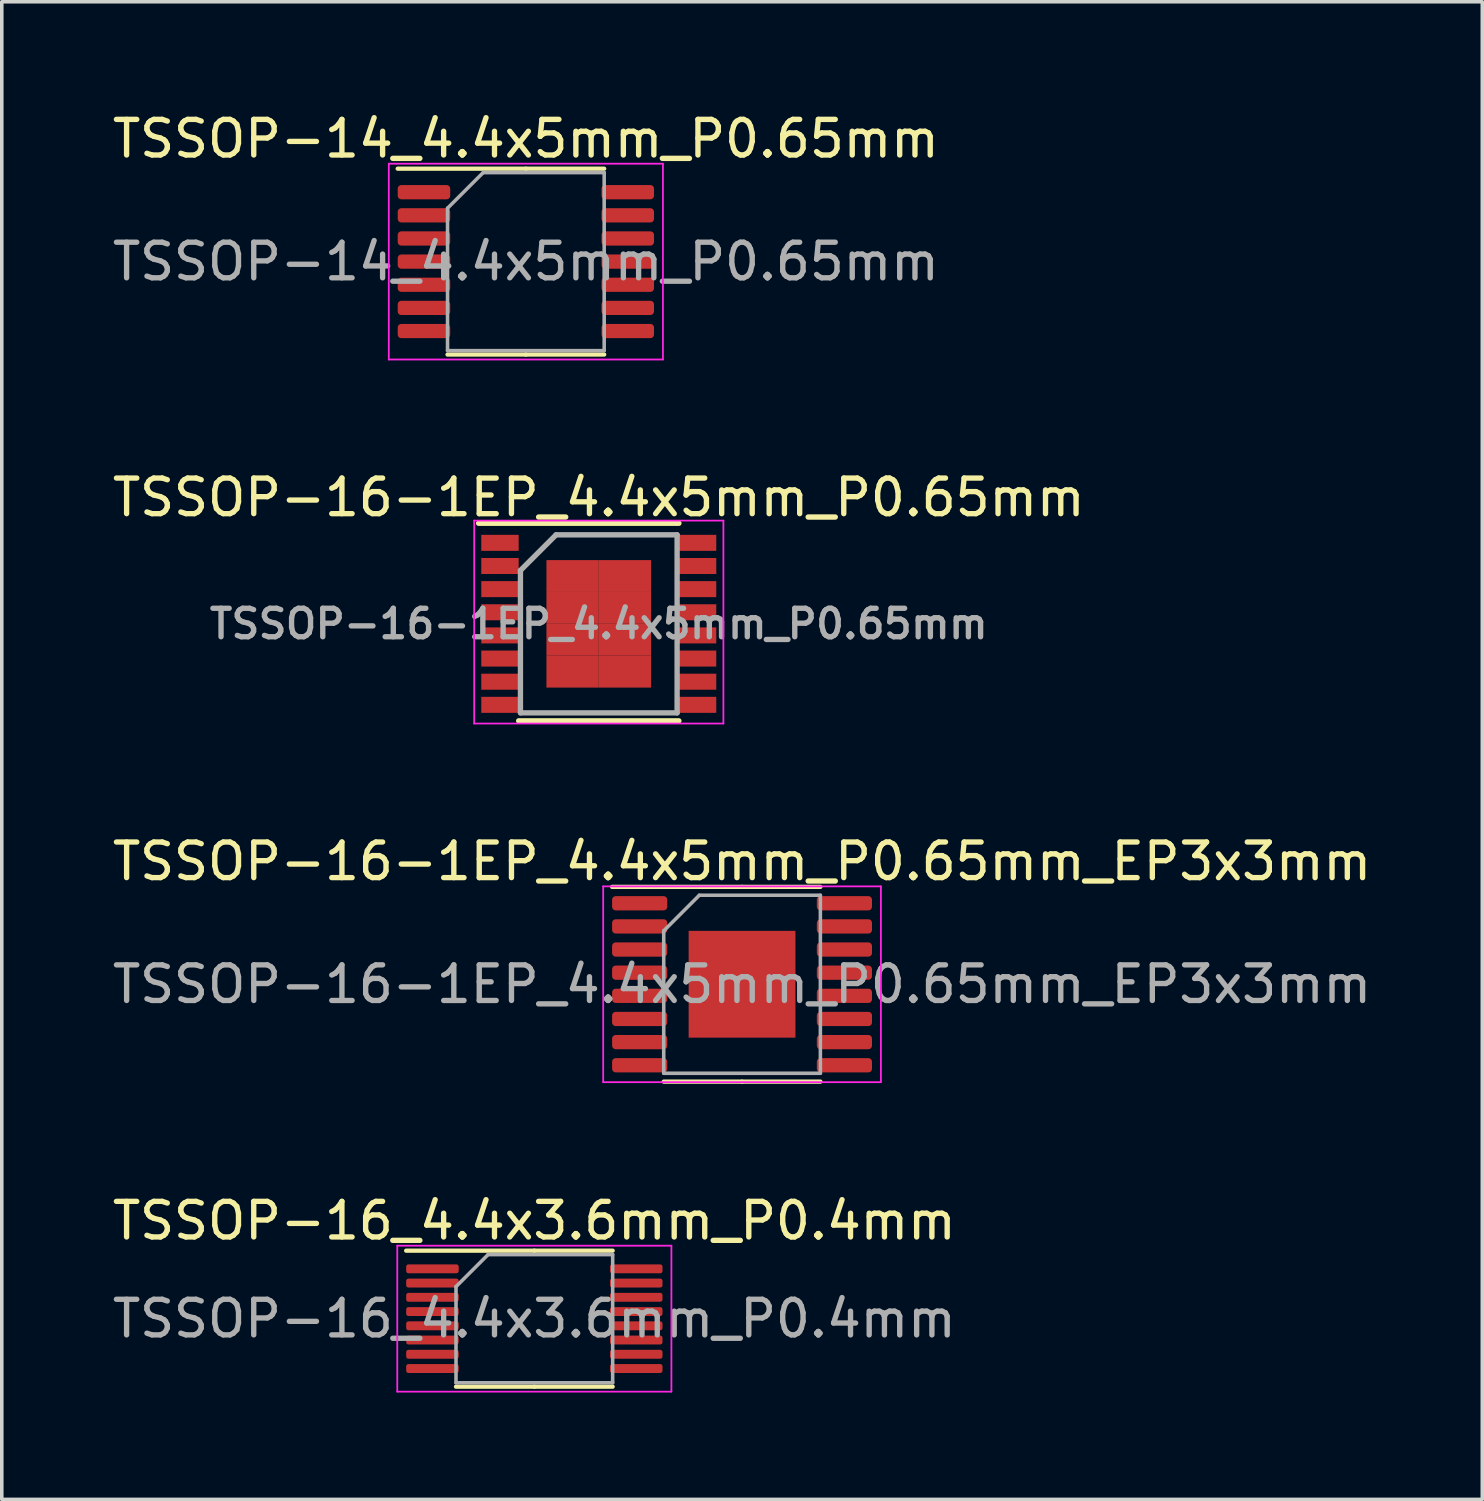
<source format=kicad_pcb>
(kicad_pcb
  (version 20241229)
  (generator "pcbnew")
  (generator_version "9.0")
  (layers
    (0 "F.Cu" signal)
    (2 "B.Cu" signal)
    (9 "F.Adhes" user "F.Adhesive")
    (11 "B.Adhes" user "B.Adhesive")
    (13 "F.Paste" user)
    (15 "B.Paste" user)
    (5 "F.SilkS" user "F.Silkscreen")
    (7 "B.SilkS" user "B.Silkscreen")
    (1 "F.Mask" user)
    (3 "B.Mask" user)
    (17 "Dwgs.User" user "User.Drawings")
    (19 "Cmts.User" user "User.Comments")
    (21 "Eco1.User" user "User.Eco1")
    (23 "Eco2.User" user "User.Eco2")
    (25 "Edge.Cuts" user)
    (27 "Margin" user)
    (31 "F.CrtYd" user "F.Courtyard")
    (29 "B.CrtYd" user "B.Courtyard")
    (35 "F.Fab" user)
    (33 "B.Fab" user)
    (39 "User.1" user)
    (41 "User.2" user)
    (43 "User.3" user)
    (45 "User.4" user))
  (footprint "TSSOP-14_4.4x5mm_P0.65mm"
    (layer "F.Cu")
    (at 11.72 4.298)
    (property "Reference" "TSSOP-14_4.4x5mm_P0.65mm" (at 0 -3.45 0) (layer "F.SilkS") (effects (font (size 1 1) (thickness 0.15))))
    (attr smd)
    (fp_line (start 0 -2.61) (end -3.6 -2.61) (stroke (width 0.12) (type solid)) (layer "F.SilkS"))
    (fp_line (start 0 -2.61) (end 2.2 -2.61) (stroke (width 0.12) (type solid)) (layer "F.SilkS"))
    (fp_line (start 0 2.61) (end -2.2 2.61) (stroke (width 0.12) (type solid)) (layer "F.SilkS"))
    (fp_line (start 0 2.61) (end 2.2 2.61) (stroke (width 0.12) (type solid)) (layer "F.SilkS"))
    (fp_line (start -3.85 -2.75) (end -3.85 2.75) (stroke (width 0.05) (type solid)) (layer "F.CrtYd"))
    (fp_line (start -3.85 2.75) (end 3.85 2.75) (stroke (width 0.05) (type solid)) (layer "F.CrtYd"))
    (fp_line (start 3.85 -2.75) (end -3.85 -2.75) (stroke (width 0.05) (type solid)) (layer "F.CrtYd"))
    (fp_line (start 3.85 2.75) (end 3.85 -2.75) (stroke (width 0.05) (type solid)) (layer "F.CrtYd"))
    (fp_line (start -2.2 -1.5) (end -1.2 -2.5) (stroke (width 0.1) (type solid)) (layer "F.Fab"))
    (fp_line (start -2.2 2.5) (end -2.2 -1.5) (stroke (width 0.1) (type solid)) (layer "F.Fab"))
    (fp_line (start -1.2 -2.5) (end 2.2 -2.5) (stroke (width 0.1) (type solid)) (layer "F.Fab"))
    (fp_line (start 2.2 -2.5) (end 2.2 2.5) (stroke (width 0.1) (type solid)) (layer "F.Fab"))
    (fp_line (start 2.2 2.5) (end -2.2 2.5) (stroke (width 0.1) (type solid)) (layer "F.Fab"))
    (fp_text user "${REFERENCE}" (at 0 0 0) (layer "F.Fab") (effects (font (size 1 1) (thickness 0.15))))
    (pad "1" smd roundrect (at -2.862 -1.95) (size 1.475 0.4) (layers "F.Cu" "F.Mask" "F.Paste") (roundrect_rratio 0.25))
    (pad "2" smd roundrect (at -2.862 -1.3) (size 1.475 0.4) (layers "F.Cu" "F.Mask" "F.Paste") (roundrect_rratio 0.25))
    (pad "3" smd roundrect (at -2.862 -0.65) (size 1.475 0.4) (layers "F.Cu" "F.Mask" "F.Paste") (roundrect_rratio 0.25))
    (pad "4" smd roundrect (at -2.862 0) (size 1.475 0.4) (layers "F.Cu" "F.Mask" "F.Paste") (roundrect_rratio 0.25))
    (pad "5" smd roundrect (at -2.862 0.65) (size 1.475 0.4) (layers "F.Cu" "F.Mask" "F.Paste") (roundrect_rratio 0.25))
    (pad "6" smd roundrect (at -2.862 1.3) (size 1.475 0.4) (layers "F.Cu" "F.Mask" "F.Paste") (roundrect_rratio 0.25))
    (pad "7" smd roundrect (at -2.862 1.95) (size 1.475 0.4) (layers "F.Cu" "F.Mask" "F.Paste") (roundrect_rratio 0.25))
    (pad "8" smd roundrect (at 2.862 1.95) (size 1.475 0.4) (layers "F.Cu" "F.Mask" "F.Paste") (roundrect_rratio 0.25))
    (pad "9" smd roundrect (at 2.862 1.3) (size 1.475 0.4) (layers "F.Cu" "F.Mask" "F.Paste") (roundrect_rratio 0.25))
    (pad "10" smd roundrect (at 2.862 0.65) (size 1.475 0.4) (layers "F.Cu" "F.Mask" "F.Paste") (roundrect_rratio 0.25))
    (pad "11" smd roundrect (at 2.862 0) (size 1.475 0.4) (layers "F.Cu" "F.Mask" "F.Paste") (roundrect_rratio 0.25))
    (pad "12" smd roundrect (at 2.862 -0.65) (size 1.475 0.4) (layers "F.Cu" "F.Mask" "F.Paste") (roundrect_rratio 0.25))
    (pad "13" smd roundrect (at 2.862 -1.3) (size 1.475 0.4) (layers "F.Cu" "F.Mask" "F.Paste") (roundrect_rratio 0.25))
    (pad "14" smd roundrect (at 2.862 -1.95) (size 1.475 0.4) (layers "F.Cu" "F.Mask" "F.Paste") (roundrect_rratio 0.25)))
  (footprint "TSSOP-16-1EP_4.4x5mm_P0.65mm"
    (layer "F.Cu")
    (at 13.768 14.472)
    (property "Reference" "TSSOP-16-1EP_4.4x5mm_P0.65mm" (at 0 -3.55 0) (layer "F.SilkS") (effects (font (size 1 1) (thickness 0.15))))
    (attr smd)
    (fp_line (start -3.375 -2.825) (end 2.25 -2.825) (stroke (width 0.15) (type solid)) (layer "F.SilkS"))
    (fp_line (start -2.25 2.725) (end 2.25 2.725) (stroke (width 0.15) (type solid)) (layer "F.SilkS"))
    (fp_line (start -3.5 -2.9) (end -3.5 2.8) (stroke (width 0.05) (type solid)) (layer "F.CrtYd"))
    (fp_line (start -3.5 -2.9) (end 3.5 -2.9) (stroke (width 0.05) (type solid)) (layer "F.CrtYd"))
    (fp_line (start -3.5 2.8) (end 3.5 2.8) (stroke (width 0.05) (type solid)) (layer "F.CrtYd"))
    (fp_line (start 3.5 -2.9) (end 3.5 2.8) (stroke (width 0.05) (type solid)) (layer "F.CrtYd"))
    (fp_line (start -2.2 -1.5) (end -1.2 -2.5) (stroke (width 0.15) (type solid)) (layer "F.Fab"))
    (fp_line (start -2.2 2.5) (end -2.2 -1.5) (stroke (width 0.15) (type solid)) (layer "F.Fab"))
    (fp_line (start -1.2 -2.5) (end 2.2 -2.5) (stroke (width 0.15) (type solid)) (layer "F.Fab"))
    (fp_line (start 2.2 -2.5) (end 2.2 2.5) (stroke (width 0.15) (type solid)) (layer "F.Fab"))
    (fp_line (start 2.2 2.5) (end -2.2 2.5) (stroke (width 0.15) (type solid)) (layer "F.Fab"))
    (fp_text user "${REFERENCE}" (at 0 0 0) (layer "F.Fab") (effects (font (size 0.8 0.8) (thickness 0.15))))
    (pad "1" smd rect (at -2.775 -2.275) (size 1.05 0.45) (layers "F.Cu" "F.Mask" "F.Paste"))
    (pad "2" smd rect (at -2.775 -1.625) (size 1.05 0.45) (layers "F.Cu" "F.Mask" "F.Paste"))
    (pad "3" smd rect (at -2.775 -0.975) (size 1.05 0.45) (layers "F.Cu" "F.Mask" "F.Paste"))
    (pad "4" smd rect (at -2.775 -0.325) (size 1.05 0.45) (layers "F.Cu" "F.Mask" "F.Paste"))
    (pad "5" smd rect (at -2.775 0.325) (size 1.05 0.45) (layers "F.Cu" "F.Mask" "F.Paste"))
    (pad "6" smd rect (at -2.775 0.975) (size 1.05 0.45) (layers "F.Cu" "F.Mask" "F.Paste"))
    (pad "7" smd rect (at -2.775 1.625) (size 1.05 0.45) (layers "F.Cu" "F.Mask" "F.Paste"))
    (pad "8" smd rect (at -2.775 2.275) (size 1.05 0.45) (layers "F.Cu" "F.Mask" "F.Paste"))
    (pad "9" smd rect (at 2.775 2.275) (size 1.05 0.45) (layers "F.Cu" "F.Mask" "F.Paste"))
    (pad "10" smd rect (at 2.775 1.625) (size 1.05 0.45) (layers "F.Cu" "F.Mask" "F.Paste"))
    (pad "11" smd rect (at 2.775 0.975) (size 1.05 0.45) (layers "F.Cu" "F.Mask" "F.Paste"))
    (pad "12" smd rect (at 2.775 0.325) (size 1.05 0.45) (layers "F.Cu" "F.Mask" "F.Paste"))
    (pad "13" smd rect (at 2.775 -0.325) (size 1.05 0.45) (layers "F.Cu" "F.Mask" "F.Paste"))
    (pad "14" smd rect (at 2.775 -0.975) (size 1.05 0.45) (layers "F.Cu" "F.Mask" "F.Paste"))
    (pad "15" smd rect (at 2.775 -1.625) (size 1.05 0.45) (layers "F.Cu" "F.Mask" "F.Paste"))
    (pad "16" smd rect (at 2.775 -2.275) (size 1.05 0.45) (layers "F.Cu" "F.Mask" "F.Paste"))
    (pad "17" smd rect (at -0.735 -1.343) (size 1.47 0.895) (layers "F.Cu" "F.Mask" "F.Paste"))
    (pad "17" smd rect (at -0.735 -0.448) (size 1.47 0.895) (layers "F.Cu" "F.Mask" "F.Paste"))
    (pad "17" smd rect (at -0.735 0.448) (size 1.47 0.895) (layers "F.Cu" "F.Mask" "F.Paste"))
    (pad "17" smd rect (at -0.735 1.343) (size 1.47 0.895) (layers "F.Cu" "F.Mask" "F.Paste"))
    (pad "17" smd rect (at 0.735 -1.343) (size 1.47 0.895) (layers "F.Cu" "F.Mask" "F.Paste"))
    (pad "17" smd rect (at 0.735 -0.448) (size 1.47 0.895) (layers "F.Cu" "F.Mask" "F.Paste"))
    (pad "17" smd rect (at 0.735 0.448) (size 1.47 0.895) (layers "F.Cu" "F.Mask" "F.Paste"))
    (pad "17" smd rect (at 0.735 1.343) (size 1.47 0.895) (layers "F.Cu" "F.Mask" "F.Paste")))
  (footprint "TSSOP-16_4.4x3.6mm_P0.4mm"
    (layer "F.Cu")
    (at 11.958 33.988)
    (property "Reference" "TSSOP-16_4.4x3.6mm_P0.4mm" (at 0 -2.75 0) (layer "F.SilkS") (effects (font (size 1 1) (thickness 0.15))))
    (attr smd)
    (fp_line (start 0 -1.91) (end -3.6 -1.91) (stroke (width 0.12) (type solid)) (layer "F.SilkS"))
    (fp_line (start 0 -1.91) (end 2.2 -1.91) (stroke (width 0.12) (type solid)) (layer "F.SilkS"))
    (fp_line (start 0 1.91) (end -2.2 1.91) (stroke (width 0.12) (type solid)) (layer "F.SilkS"))
    (fp_line (start 0 1.91) (end 2.2 1.91) (stroke (width 0.12) (type solid)) (layer "F.SilkS"))
    (fp_line (start -3.85 -2.05) (end -3.85 2.05) (stroke (width 0.05) (type solid)) (layer "F.CrtYd"))
    (fp_line (start -3.85 2.05) (end 3.85 2.05) (stroke (width 0.05) (type solid)) (layer "F.CrtYd"))
    (fp_line (start 3.85 -2.05) (end -3.85 -2.05) (stroke (width 0.05) (type solid)) (layer "F.CrtYd"))
    (fp_line (start 3.85 2.05) (end 3.85 -2.05) (stroke (width 0.05) (type solid)) (layer "F.CrtYd"))
    (fp_line (start -2.2 -0.9) (end -1.3 -1.8) (stroke (width 0.1) (type solid)) (layer "F.Fab"))
    (fp_line (start -2.2 1.8) (end -2.2 -0.9) (stroke (width 0.1) (type solid)) (layer "F.Fab"))
    (fp_line (start -1.3 -1.8) (end 2.2 -1.8) (stroke (width 0.1) (type solid)) (layer "F.Fab"))
    (fp_line (start 2.2 -1.8) (end 2.2 1.8) (stroke (width 0.1) (type solid)) (layer "F.Fab"))
    (fp_line (start 2.2 1.8) (end -2.2 1.8) (stroke (width 0.1) (type solid)) (layer "F.Fab"))
    (fp_text user "${REFERENCE}" (at 0 0 0) (layer "F.Fab") (effects (font (size 1 1) (thickness 0.15))))
    (pad "1" smd roundrect (at -2.862 -1.4) (size 1.475 0.25) (layers "F.Cu" "F.Mask" "F.Paste") (roundrect_rratio 0.25))
    (pad "2" smd roundrect (at -2.862 -1) (size 1.475 0.25) (layers "F.Cu" "F.Mask" "F.Paste") (roundrect_rratio 0.25))
    (pad "3" smd roundrect (at -2.862 -0.6) (size 1.475 0.25) (layers "F.Cu" "F.Mask" "F.Paste") (roundrect_rratio 0.25))
    (pad "4" smd roundrect (at -2.862 -0.2) (size 1.475 0.25) (layers "F.Cu" "F.Mask" "F.Paste") (roundrect_rratio 0.25))
    (pad "5" smd roundrect (at -2.862 0.2) (size 1.475 0.25) (layers "F.Cu" "F.Mask" "F.Paste") (roundrect_rratio 0.25))
    (pad "6" smd roundrect (at -2.862 0.6) (size 1.475 0.25) (layers "F.Cu" "F.Mask" "F.Paste") (roundrect_rratio 0.25))
    (pad "7" smd roundrect (at -2.862 1) (size 1.475 0.25) (layers "F.Cu" "F.Mask" "F.Paste") (roundrect_rratio 0.25))
    (pad "8" smd roundrect (at -2.862 1.4) (size 1.475 0.25) (layers "F.Cu" "F.Mask" "F.Paste") (roundrect_rratio 0.25))
    (pad "9" smd roundrect (at 2.862 1.4) (size 1.475 0.25) (layers "F.Cu" "F.Mask" "F.Paste") (roundrect_rratio 0.25))
    (pad "10" smd roundrect (at 2.862 1) (size 1.475 0.25) (layers "F.Cu" "F.Mask" "F.Paste") (roundrect_rratio 0.25))
    (pad "11" smd roundrect (at 2.862 0.6) (size 1.475 0.25) (layers "F.Cu" "F.Mask" "F.Paste") (roundrect_rratio 0.25))
    (pad "12" smd roundrect (at 2.862 0.2) (size 1.475 0.25) (layers "F.Cu" "F.Mask" "F.Paste") (roundrect_rratio 0.25))
    (pad "13" smd roundrect (at 2.862 -0.2) (size 1.475 0.25) (layers "F.Cu" "F.Mask" "F.Paste") (roundrect_rratio 0.25))
    (pad "14" smd roundrect (at 2.862 -0.6) (size 1.475 0.25) (layers "F.Cu" "F.Mask" "F.Paste") (roundrect_rratio 0.25))
    (pad "15" smd roundrect (at 2.862 -1) (size 1.475 0.25) (layers "F.Cu" "F.Mask" "F.Paste") (roundrect_rratio 0.25))
    (pad "16" smd roundrect (at 2.862 -1.4) (size 1.475 0.25) (layers "F.Cu" "F.Mask" "F.Paste") (roundrect_rratio 0.25)))
  (footprint "TSSOP-16-1EP_4.4x5mm_P0.65mm_EP3x3mm"
    (layer "F.Cu")
    (at 17.792 24.595)
    (property "Reference" "TSSOP-16-1EP_4.4x5mm_P0.65mm_EP3x3mm" (at 0 -3.45 0) (layer "F.SilkS") (effects (font (size 1 1) (thickness 0.15))))
    (attr smd)
    (fp_line (start 0 -2.735) (end -3.65 -2.735) (stroke (width 0.12) (type solid)) (layer "F.SilkS"))
    (fp_line (start 0 -2.735) (end 2.2 -2.735) (stroke (width 0.12) (type solid)) (layer "F.SilkS"))
    (fp_line (start 0 2.735) (end -2.2 2.735) (stroke (width 0.12) (type solid)) (layer "F.SilkS"))
    (fp_line (start 0 2.735) (end 2.2 2.735) (stroke (width 0.12) (type solid)) (layer "F.SilkS"))
    (fp_line (start -3.9 -2.75) (end -3.9 2.75) (stroke (width 0.05) (type solid)) (layer "F.CrtYd"))
    (fp_line (start -3.9 2.75) (end 3.9 2.75) (stroke (width 0.05) (type solid)) (layer "F.CrtYd"))
    (fp_line (start 3.9 -2.75) (end -3.9 -2.75) (stroke (width 0.05) (type solid)) (layer "F.CrtYd"))
    (fp_line (start 3.9 2.75) (end 3.9 -2.75) (stroke (width 0.05) (type solid)) (layer "F.CrtYd"))
    (fp_line (start -2.2 -1.5) (end -1.2 -2.5) (stroke (width 0.1) (type solid)) (layer "F.Fab"))
    (fp_line (start -2.2 2.5) (end -2.2 -1.5) (stroke (width 0.1) (type solid)) (layer "F.Fab"))
    (fp_line (start -1.2 -2.5) (end 2.2 -2.5) (stroke (width 0.1) (type solid)) (layer "F.Fab"))
    (fp_line (start 2.2 -2.5) (end 2.2 2.5) (stroke (width 0.1) (type solid)) (layer "F.Fab"))
    (fp_line (start 2.2 2.5) (end -2.2 2.5) (stroke (width 0.1) (type solid)) (layer "F.Fab"))
    (fp_text user "${REFERENCE}" (at 0 0 0) (layer "F.Fab") (effects (font (size 1 1) (thickness 0.15))))
    (pad "" smd roundrect (at -0.75 -0.75) (size 1.21 1.21) (layers "F.Paste") (roundrect_rratio 0.207))
    (pad "" smd roundrect (at -0.75 0.75) (size 1.21 1.21) (layers "F.Paste") (roundrect_rratio 0.207))
    (pad "" smd roundrect (at 0.75 -0.75) (size 1.21 1.21) (layers "F.Paste") (roundrect_rratio 0.207))
    (pad "" smd roundrect (at 0.75 0.75) (size 1.21 1.21) (layers "F.Paste") (roundrect_rratio 0.207))
    (pad "1" smd roundrect (at -2.875 -2.275) (size 1.55 0.4) (layers "F.Cu" "F.Mask" "F.Paste") (roundrect_rratio 0.25))
    (pad "2" smd roundrect (at -2.875 -1.625) (size 1.55 0.4) (layers "F.Cu" "F.Mask" "F.Paste") (roundrect_rratio 0.25))
    (pad "3" smd roundrect (at -2.875 -0.975) (size 1.55 0.4) (layers "F.Cu" "F.Mask" "F.Paste") (roundrect_rratio 0.25))
    (pad "4" smd roundrect (at -2.875 -0.325) (size 1.55 0.4) (layers "F.Cu" "F.Mask" "F.Paste") (roundrect_rratio 0.25))
    (pad "5" smd roundrect (at -2.875 0.325) (size 1.55 0.4) (layers "F.Cu" "F.Mask" "F.Paste") (roundrect_rratio 0.25))
    (pad "6" smd roundrect (at -2.875 0.975) (size 1.55 0.4) (layers "F.Cu" "F.Mask" "F.Paste") (roundrect_rratio 0.25))
    (pad "7" smd roundrect (at -2.875 1.625) (size 1.55 0.4) (layers "F.Cu" "F.Mask" "F.Paste") (roundrect_rratio 0.25))
    (pad "8" smd roundrect (at -2.875 2.275) (size 1.55 0.4) (layers "F.Cu" "F.Mask" "F.Paste") (roundrect_rratio 0.25))
    (pad "9" smd roundrect (at 2.875 2.275) (size 1.55 0.4) (layers "F.Cu" "F.Mask" "F.Paste") (roundrect_rratio 0.25))
    (pad "10" smd roundrect (at 2.875 1.625) (size 1.55 0.4) (layers "F.Cu" "F.Mask" "F.Paste") (roundrect_rratio 0.25))
    (pad "11" smd roundrect (at 2.875 0.975) (size 1.55 0.4) (layers "F.Cu" "F.Mask" "F.Paste") (roundrect_rratio 0.25))
    (pad "12" smd roundrect (at 2.875 0.325) (size 1.55 0.4) (layers "F.Cu" "F.Mask" "F.Paste") (roundrect_rratio 0.25))
    (pad "13" smd roundrect (at 2.875 -0.325) (size 1.55 0.4) (layers "F.Cu" "F.Mask" "F.Paste") (roundrect_rratio 0.25))
    (pad "14" smd roundrect (at 2.875 -0.975) (size 1.55 0.4) (layers "F.Cu" "F.Mask" "F.Paste") (roundrect_rratio 0.25))
    (pad "15" smd roundrect (at 2.875 -1.625) (size 1.55 0.4) (layers "F.Cu" "F.Mask" "F.Paste") (roundrect_rratio 0.25))
    (pad "16" smd roundrect (at 2.875 -2.275) (size 1.55 0.4) (layers "F.Cu" "F.Mask" "F.Paste") (roundrect_rratio 0.25))
    (pad "17" smd rect (at 0 0) (size 3 3) (layers "F.Cu" "F.Mask")))
  (gr_rect
    (start -3 -3)
    (end 38.583 39.063)
    (stroke (width 0.1) (type default))
    (fill no)
    (layer "Edge.Cuts")))
</source>
